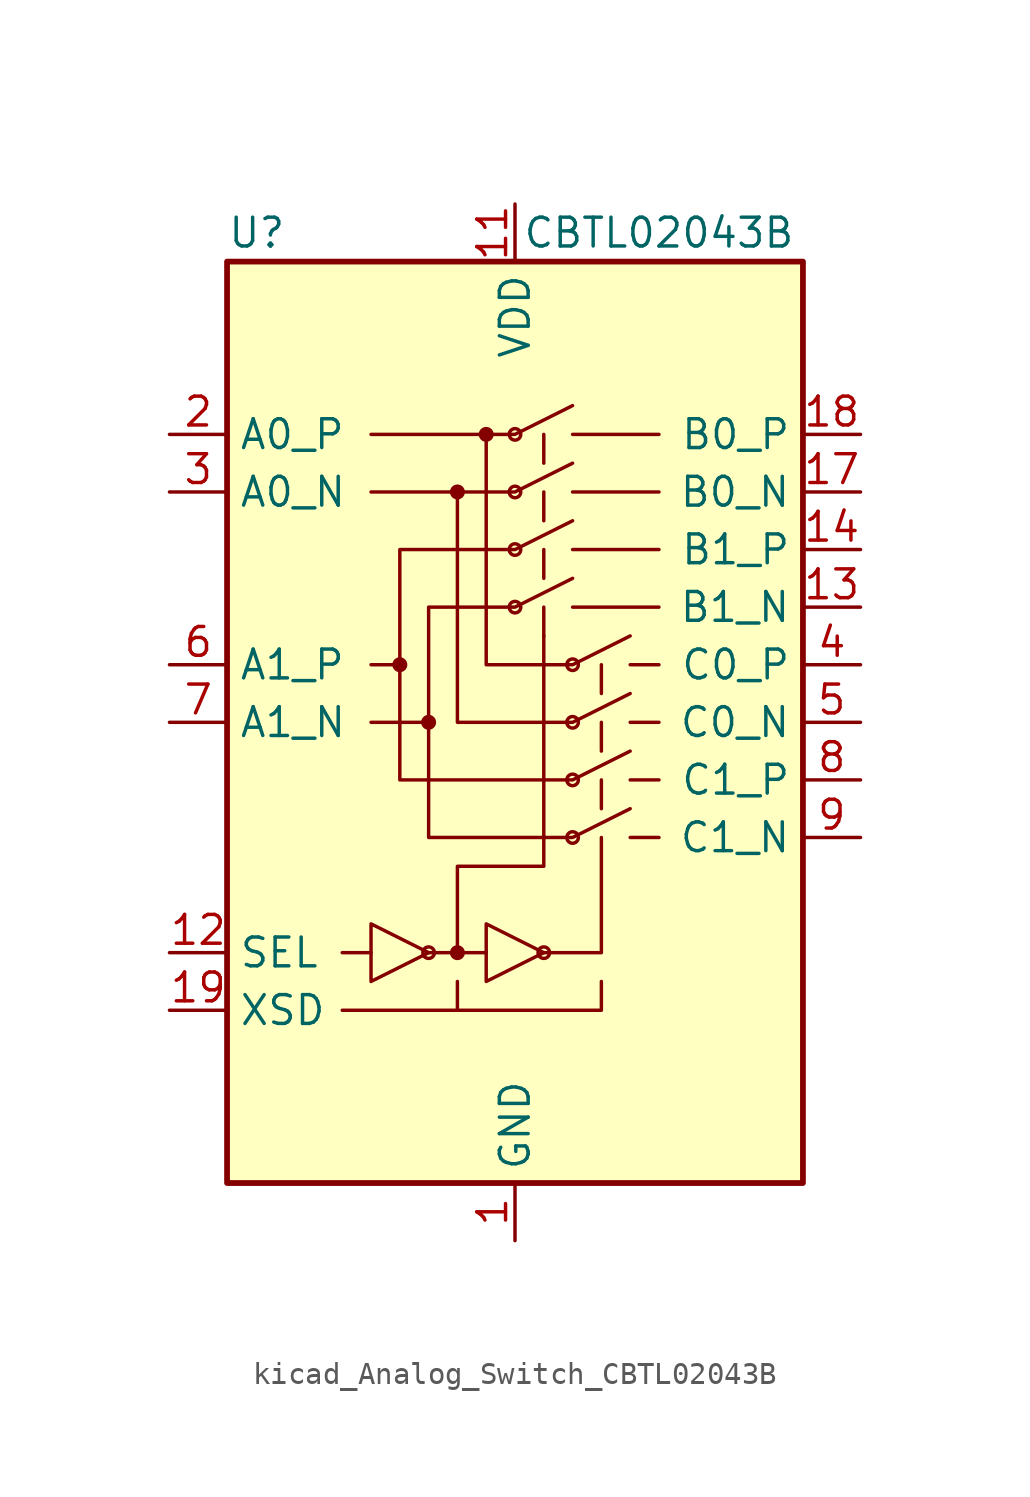
<source format=kicad_sym>
(kicad_symbol_lib
  (version 20220914)
  (generator kicad_symbol_editor)
  (symbol "kicad_Analog_Switch_CBTL02043B"
    (property "Reference" "U"
      (at -12.7 21.59 0)
      (effects (font (size 1.27 1.27)) (justify left)))
    (property "Value" "CBTL02043B"
      (at 6.35 21.59 0)
      (effects (font (size 1.27 1.27))))
    (symbol "kicad_Analog_Switch_CBTL02043B_0_1"
      (rectangle (start -12.7 20.32) (end 12.7 -20.32) (stroke (width 0.254) (type default)) (fill (type background)))
      (circle (center -5.08 2.54) (radius 0.254) (stroke (width 0) (type default)) (fill (type outline)))
      (circle (center -3.81 0) (radius 0.254) (stroke (width 0) (type default)) (fill (type outline)))
      (circle (center -2.54 10.16) (radius 0.254) (stroke (width 0) (type default)) (fill (type outline)))
      (circle (center -1.27 12.7) (radius 0.254) (stroke (width 0) (type default)) (fill (type outline)))
      (polyline (pts (xy -7.62 -10.16) (xy -6.35 -10.16)) (stroke (width 0) (type default)) (fill (type none)))
      (polyline (pts (xy -2.54 -12.7) (xy -2.54 -11.43)) (stroke (width 0) (type default)) (fill (type none)))
      (polyline (pts (xy -7.62 -12.7) (xy 3.81 -12.7) (xy 3.81 -11.43)) (stroke (width 0) (type default)) (fill (type none)))
      (polyline (pts (xy 1.27 -10.16) (xy -1.27 -8.89) (xy -1.27 -11.43) (xy 1.27 -10.16)) (stroke (width 0) (type default)) (fill (type none)))
      (polyline (pts (xy 5.08 -3.81) (xy 2.54 -5.08) (xy -3.81 -5.08) (xy -3.81 0)) (stroke (width 0) (type default)) (fill (type none)))
      (polyline (pts (xy 5.08 -1.27) (xy 2.54 -2.54) (xy -5.08 -2.54) (xy -5.08 2.54)) (stroke (width 0) (type default)) (fill (type none)))
      (polyline (pts (xy 5.08 1.27) (xy 2.54 0) (xy -2.54 0) (xy -2.54 10.16)) (stroke (width 0) (type default)) (fill (type none)))
      (polyline (pts (xy 5.08 3.81) (xy 2.54 2.54) (xy -1.27 2.54) (xy -1.27 12.7)) (stroke (width 0) (type default)) (fill (type none))))
    (symbol "kicad_Analog_Switch_CBTL02043B_1_1"
      (circle (center -3.81 -10.16) (radius 0.254) (stroke (width 0) (type default)) (fill (type none)))
      (circle (center -2.54 -10.16) (radius 0.254) (stroke (width 0) (type default)) (fill (type outline)))
      (polyline (pts (xy -2.54 -10.16) (xy -1.27 -10.16)) (stroke (width 0) (type default)) (fill (type none)))
      (polyline (pts (xy 1.27 5.08) (xy 1.27 3.81)) (stroke (width 0) (type default)) (fill (type none)))
      (polyline (pts (xy 1.27 7.62) (xy 1.27 6.35)) (stroke (width 0) (type default)) (fill (type none)))
      (polyline (pts (xy 1.27 10.16) (xy 1.27 8.89)) (stroke (width 0) (type default)) (fill (type none)))
      (polyline (pts (xy 1.27 12.7) (xy 1.27 11.43)) (stroke (width 0) (type default)) (fill (type none)))
      (polyline (pts (xy 3.81 -3.81) (xy 3.81 -2.54)) (stroke (width 0) (type default)) (fill (type none)))
      (polyline (pts (xy 3.81 -1.27) (xy 3.81 0)) (stroke (width 0) (type default)) (fill (type none)))
      (polyline (pts (xy 3.81 1.27) (xy 3.81 2.54)) (stroke (width 0) (type default)) (fill (type none)))
      (polyline (pts (xy 6.35 -5.08) (xy 5.08 -5.08)) (stroke (width 0) (type default)) (fill (type none)))
      (polyline (pts (xy 6.35 -2.54) (xy 5.08 -2.54)) (stroke (width 0) (type default)) (fill (type none)))
      (polyline (pts (xy 6.35 0) (xy 5.08 0)) (stroke (width 0) (type default)) (fill (type none)))
      (polyline (pts (xy 6.35 2.54) (xy 5.08 2.54)) (stroke (width 0) (type default)) (fill (type none)))
      (polyline (pts (xy 6.35 5.08) (xy 2.54 5.08)) (stroke (width 0) (type default)) (fill (type none)))
      (polyline (pts (xy 6.35 7.62) (xy 2.54 7.62)) (stroke (width 0) (type default)) (fill (type none)))
      (polyline (pts (xy 6.35 10.16) (xy 2.54 10.16)) (stroke (width 0) (type default)) (fill (type none)))
      (polyline (pts (xy 6.35 12.7) (xy 2.54 12.7)) (stroke (width 0) (type default)) (fill (type none)))
      (polyline (pts (xy -6.35 10.16) (xy 0 10.16) (xy 2.54 11.43)) (stroke (width 0) (type default)) (fill (type none)))
      (polyline (pts (xy -6.35 12.7) (xy 0 12.7) (xy 2.54 13.97)) (stroke (width 0) (type default)) (fill (type none)))
      (polyline (pts (xy 1.27 -10.16) (xy 3.81 -10.16) (xy 3.81 -5.08)) (stroke (width 0) (type default)) (fill (type none)))
      (polyline (pts (xy -3.81 -10.16) (xy -6.35 -8.89) (xy -6.35 -11.43) (xy -3.81 -10.16)) (stroke (width 0) (type default)) (fill (type none)))
      (polyline (pts (xy -6.35 0) (xy -3.81 0) (xy -3.81 5.08) (xy 0 5.08) (xy 2.54 6.35)) (stroke (width 0) (type default)) (fill (type none)))
      (polyline (pts (xy -6.35 2.54) (xy -5.08 2.54) (xy -5.08 7.62) (xy 0 7.62) (xy 2.54 8.89)) (stroke (width 0) (type default)) (fill (type none)))
      (polyline (pts (xy 1.27 3.81) (xy 1.27 -6.35) (xy -2.54 -6.35) (xy -2.54 -10.16) (xy -3.81 -10.16)) (stroke (width 0) (type default)) (fill (type none)))
      (circle (center 0 5.08) (radius 0.254) (stroke (width 0) (type default)) (fill (type none)))
      (circle (center 0 7.62) (radius 0.254) (stroke (width 0) (type default)) (fill (type none)))
      (circle (center 0 10.16) (radius 0.254) (stroke (width 0) (type default)) (fill (type none)))
      (circle (center 0 12.7) (radius 0.254) (stroke (width 0) (type default)) (fill (type none)))
      (circle (center 1.27 -10.16) (radius 0.254) (stroke (width 0) (type default)) (fill (type none)))
      (circle (center 2.54 -5.08) (radius 0.254) (stroke (width 0) (type default)) (fill (type none)))
      (circle (center 2.54 -2.54) (radius 0.254) (stroke (width 0) (type default)) (fill (type none)))
      (circle (center 2.54 0) (radius 0.254) (stroke (width 0) (type default)) (fill (type none)))
      (circle (center 2.54 2.54) (radius 0.254) (stroke (width 0) (type default)) (fill (type none)))
      (pin power_in line (at 0 -22.86 90) (length 2.54) (name "GND" (effects (font (size 1.27 1.27)))) (number "1" (effects (font (size 1.27 1.27)))))
      (pin passive line (at 0 -22.86 90) (length 2.54) hide (name "GND" (effects (font (size 1.27 1.27)))) (number "10" (effects (font (size 1.27 1.27)))))
      (pin power_in line (at 0 22.86 270) (length 2.54) (name "VDD" (effects (font (size 1.27 1.27)))) (number "11" (effects (font (size 1.27 1.27)))))
      (pin input line (at -15.24 -10.16 0) (length 2.54) (name "SEL" (effects (font (size 1.27 1.27)))) (number "12" (effects (font (size 1.27 1.27)))))
      (pin passive line (at 15.24 5.08 180) (length 2.54) (name "B1_N" (effects (font (size 1.27 1.27)))) (number "13" (effects (font (size 1.27 1.27)))))
      (pin passive line (at 15.24 7.62 180) (length 2.54) (name "B1_P" (effects (font (size 1.27 1.27)))) (number "14" (effects (font (size 1.27 1.27)))))
      (pin passive line (at 0 -22.86 90) (length 2.54) hide (name "GND" (effects (font (size 1.27 1.27)))) (number "15" (effects (font (size 1.27 1.27)))))
      (pin passive line (at 0 22.86 270) (length 2.54) hide (name "VDD" (effects (font (size 1.27 1.27)))) (number "16" (effects (font (size 1.27 1.27)))))
      (pin passive line (at 15.24 10.16 180) (length 2.54) (name "B0_N" (effects (font (size 1.27 1.27)))) (number "17" (effects (font (size 1.27 1.27)))))
      (pin passive line (at 15.24 12.7 180) (length 2.54) (name "B0_P" (effects (font (size 1.27 1.27)))) (number "18" (effects (font (size 1.27 1.27)))))
      (pin input line (at -15.24 -12.7 0) (length 2.54) (name "XSD" (effects (font (size 1.27 1.27)))) (number "19" (effects (font (size 1.27 1.27)))))
      (pin passive line (at -15.24 12.7 0) (length 2.54) (name "A0_P" (effects (font (size 1.27 1.27)))) (number "2" (effects (font (size 1.27 1.27)))))
      (pin passive line (at 0 22.86 270) (length 2.54) hide (name "VDD" (effects (font (size 1.27 1.27)))) (number "20" (effects (font (size 1.27 1.27)))))
      (pin passive line (at 0 -22.86 90) (length 2.54) hide (name "GND" (effects (font (size 1.27 1.27)))) (number "21" (effects (font (size 1.27 1.27)))))
      (pin passive line (at -15.24 10.16 0) (length 2.54) (name "A0_N" (effects (font (size 1.27 1.27)))) (number "3" (effects (font (size 1.27 1.27)))))
      (pin passive line (at 15.24 2.54 180) (length 2.54) (name "C0_P" (effects (font (size 1.27 1.27)))) (number "4" (effects (font (size 1.27 1.27)))))
      (pin passive line (at 15.24 0 180) (length 2.54) (name "C0_N" (effects (font (size 1.27 1.27)))) (number "5" (effects (font (size 1.27 1.27)))))
      (pin passive line (at -15.24 2.54 0) (length 2.54) (name "A1_P" (effects (font (size 1.27 1.27)))) (number "6" (effects (font (size 1.27 1.27)))))
      (pin passive line (at -15.24 0 0) (length 2.54) (name "A1_N" (effects (font (size 1.27 1.27)))) (number "7" (effects (font (size 1.27 1.27)))))
      (pin passive line (at 15.24 -2.54 180) (length 2.54) (name "C1_P" (effects (font (size 1.27 1.27)))) (number "8" (effects (font (size 1.27 1.27)))))
      (pin passive line (at 15.24 -5.08 180) (length 2.54) (name "C1_N" (effects (font (size 1.27 1.27)))) (number "9" (effects (font (size 1.27 1.27))))))))
</source>
